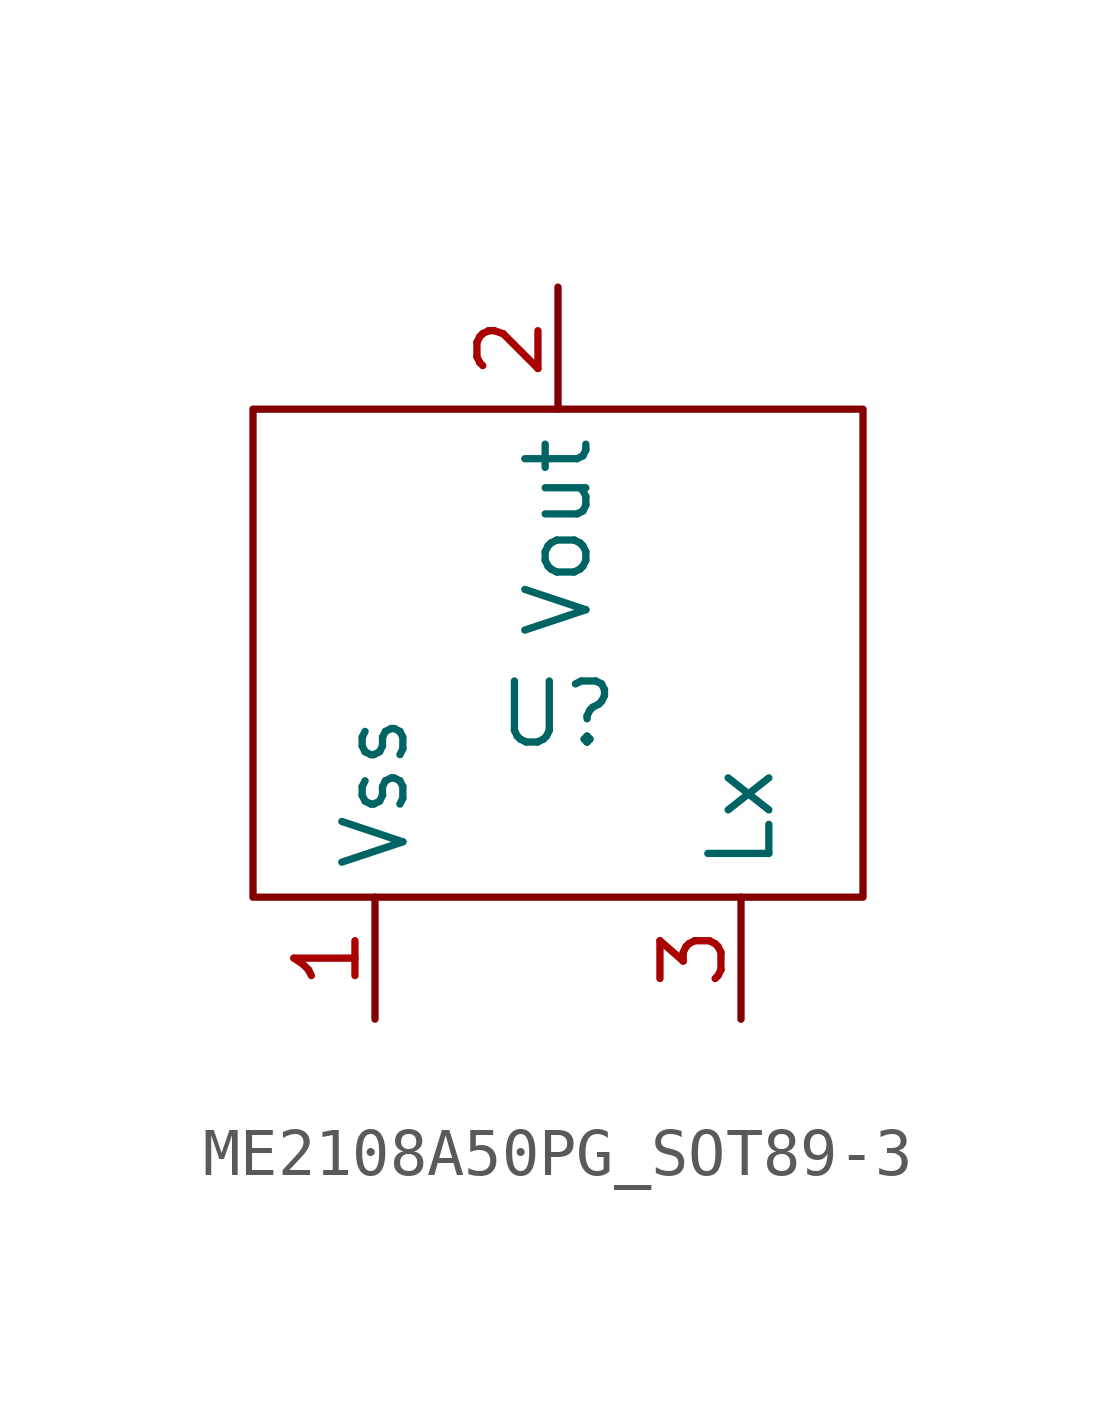
<source format=kicad_sym>
(kicad_symbol_lib
  (version 20231120)
  (generator "kicad_symbol_editor")
  (generator_version "8.0")
  (symbol "ME2108A50PG_SOT89-3"
    (property "Reference" "U"
      (at 0 0 0)
      (effects (font (size 1.27 1.27))))
    (property "Value" ""
      (at 0 0 0)
      (effects (font (size 1.27 1.27))))
    (symbol "ME2108A50PG_SOT89-3_0_1"
      (rectangle (start -6.35 6.35) (end 6.35 -3.81) (stroke (width 0) (type default)) (fill (type none))))
    (symbol "ME2108A50PG_SOT89-3_1_1"
      (pin unspecified line (at -3.81 -6.35 90) (length 2.54) (name "Vss" (effects (font (size 1.27 1.27)))) (number "1" (effects (font (size 1.27 1.27)))))
      (pin unspecified line (at 0 8.89 270) (length 2.54) (name "Vout" (effects (font (size 1.27 1.27)))) (number "2" (effects (font (size 1.27 1.27)))))
      (pin unspecified line (at 3.81 -6.35 90) (length 2.54) (name "Lx" (effects (font (size 1.27 1.27)))) (number "3" (effects (font (size 1.27 1.27))))))))
</source>
